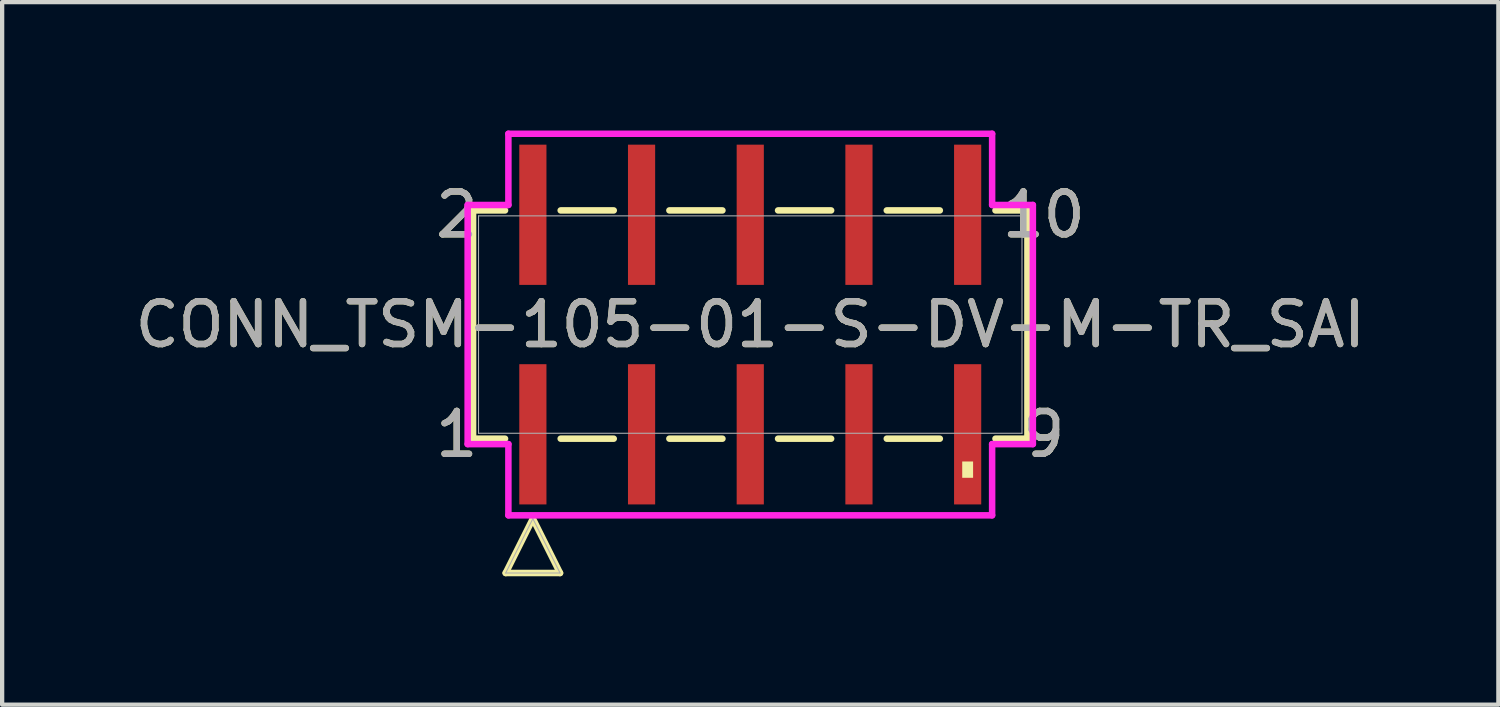
<source format=kicad_pcb>
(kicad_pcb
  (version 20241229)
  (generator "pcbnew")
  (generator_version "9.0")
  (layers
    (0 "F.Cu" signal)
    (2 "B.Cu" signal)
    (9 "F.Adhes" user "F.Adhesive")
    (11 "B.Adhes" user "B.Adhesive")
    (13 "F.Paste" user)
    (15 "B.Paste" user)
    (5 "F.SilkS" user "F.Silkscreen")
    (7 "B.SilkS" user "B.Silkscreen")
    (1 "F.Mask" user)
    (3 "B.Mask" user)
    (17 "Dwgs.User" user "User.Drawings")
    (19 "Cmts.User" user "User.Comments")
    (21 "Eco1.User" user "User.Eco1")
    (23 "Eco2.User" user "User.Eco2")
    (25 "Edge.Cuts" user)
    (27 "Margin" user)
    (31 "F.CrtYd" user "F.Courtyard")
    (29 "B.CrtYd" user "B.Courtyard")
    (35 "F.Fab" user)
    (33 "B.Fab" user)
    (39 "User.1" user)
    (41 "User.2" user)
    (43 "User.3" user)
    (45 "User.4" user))
  (footprint "CONN_TSM-105-01-S-DV-M-TR_SAI"
    (layer "F.Cu")
    (at 14.482 4.534)
    (property "Reference" "CONN_TSM-105-01-S-DV-M-TR_SAI" (at 0 0 0) (unlocked yes) (layer "F.SilkS") (effects (font (size 1 1) (thickness 0.15))))
    (attr smd)
    (fp_line (start -6.477 -2.667) (end -6.477 2.667) (stroke (width 0.152) (type solid)) (layer "F.SilkS"))
    (fp_line (start -6.477 2.667) (end -5.73 2.667) (stroke (width 0.152) (type solid)) (layer "F.SilkS"))
    (fp_line (start -5.73 -2.667) (end -6.477 -2.667) (stroke (width 0.152) (type solid)) (layer "F.SilkS"))
    (fp_line (start -5.715 5.806) (end -5.08 4.536) (stroke (width 0.152) (type solid)) (layer "F.SilkS"))
    (fp_line (start -5.08 4.536) (end -4.445 5.806) (stroke (width 0.152) (type solid)) (layer "F.SilkS"))
    (fp_line (start -4.445 5.806) (end -5.715 5.806) (stroke (width 0.152) (type solid)) (layer "F.SilkS"))
    (fp_line (start -4.43 2.667) (end -3.19 2.667) (stroke (width 0.152) (type solid)) (layer "F.SilkS"))
    (fp_line (start -3.19 -2.667) (end -4.43 -2.667) (stroke (width 0.152) (type solid)) (layer "F.SilkS"))
    (fp_line (start -1.89 2.667) (end -0.65 2.667) (stroke (width 0.152) (type solid)) (layer "F.SilkS"))
    (fp_line (start -0.65 -2.667) (end -1.89 -2.667) (stroke (width 0.152) (type solid)) (layer "F.SilkS"))
    (fp_line (start 0.65 2.667) (end 1.89 2.667) (stroke (width 0.152) (type solid)) (layer "F.SilkS"))
    (fp_line (start 1.89 -2.667) (end 0.65 -2.667) (stroke (width 0.152) (type solid)) (layer "F.SilkS"))
    (fp_line (start 3.19 2.667) (end 4.43 2.667) (stroke (width 0.152) (type solid)) (layer "F.SilkS"))
    (fp_line (start 4.43 -2.667) (end 3.19 -2.667) (stroke (width 0.152) (type solid)) (layer "F.SilkS"))
    (fp_line (start 5.73 2.667) (end 6.477 2.667) (stroke (width 0.152) (type solid)) (layer "F.SilkS"))
    (fp_line (start 6.477 -2.667) (end 5.73 -2.667) (stroke (width 0.152) (type solid)) (layer "F.SilkS"))
    (fp_line (start 6.477 2.667) (end 6.477 -2.667) (stroke (width 0.152) (type solid)) (layer "F.SilkS"))
    (fp_poly (pts (xy 4.953 3.2) (xy 4.953 3.581) (xy 5.207 3.581) (xy 5.207 3.2)) (stroke (width 0) (type solid)) (fill yes) (layer "F.SilkS"))
    (fp_line (start -6.604 -2.794) (end -5.652 -2.794) (stroke (width 0.152) (type solid)) (layer "F.CrtYd"))
    (fp_line (start -6.604 2.794) (end -6.604 -2.794) (stroke (width 0.152) (type solid)) (layer "F.CrtYd"))
    (fp_line (start -5.652 -2.794) (end -5.652 -4.458) (stroke (width 0.152) (type solid)) (layer "F.CrtYd"))
    (fp_line (start -5.652 2.794) (end -6.604 2.794) (stroke (width 0.152) (type solid)) (layer "F.CrtYd"))
    (fp_line (start -5.652 4.458) (end -5.652 2.794) (stroke (width 0.152) (type solid)) (layer "F.CrtYd"))
    (fp_line (start -5.652 4.458) (end 5.652 4.458) (stroke (width 0.152) (type solid)) (layer "F.CrtYd"))
    (fp_line (start 5.652 -4.458) (end -5.652 -4.458) (stroke (width 0.152) (type solid)) (layer "F.CrtYd"))
    (fp_line (start 5.652 -4.458) (end 5.652 -2.794) (stroke (width 0.152) (type solid)) (layer "F.CrtYd"))
    (fp_line (start 5.652 -2.794) (end 6.604 -2.794) (stroke (width 0.152) (type solid)) (layer "F.CrtYd"))
    (fp_line (start 5.652 2.794) (end 5.652 4.458) (stroke (width 0.152) (type solid)) (layer "F.CrtYd"))
    (fp_line (start 6.604 -2.794) (end 6.604 2.794) (stroke (width 0.152) (type solid)) (layer "F.CrtYd"))
    (fp_line (start 6.604 2.794) (end 5.652 2.794) (stroke (width 0.152) (type solid)) (layer "F.CrtYd"))
    (fp_line (start -6.35 -2.54) (end -6.35 2.54) (stroke (width 0.025) (type solid)) (layer "F.Fab"))
    (fp_line (start -6.35 2.54) (end 6.35 2.54) (stroke (width 0.025) (type solid)) (layer "F.Fab"))
    (fp_line (start -5.715 5.806) (end -5.08 4.536) (stroke (width 0.025) (type solid)) (layer "F.Fab"))
    (fp_line (start -5.08 4.536) (end -4.445 5.806) (stroke (width 0.025) (type solid)) (layer "F.Fab"))
    (fp_line (start -4.445 5.806) (end -5.715 5.806) (stroke (width 0.025) (type solid)) (layer "F.Fab"))
    (fp_line (start 6.35 -2.54) (end -6.35 -2.54) (stroke (width 0.025) (type solid)) (layer "F.Fab"))
    (fp_line (start 6.35 2.54) (end 6.35 -2.54) (stroke (width 0.025) (type solid)) (layer "F.Fab"))
    (fp_text user "10" (at 6.858 -2.565 0) (unlocked yes) (layer "F.SilkS") (effects (font (size 1 1) (thickness 0.15))))
    (fp_text user "2" (at -6.858 -2.565 0) (unlocked yes) (layer "F.SilkS") (effects (font (size 1 1) (thickness 0.15))))
    (fp_text user "9" (at 6.858 2.565 0) (unlocked yes) (layer "F.SilkS") (effects (font (size 1 1) (thickness 0.15))))
    (fp_text user "1" (at -6.858 2.565 0) (unlocked yes) (layer "F.SilkS") (effects (font (size 1 1) (thickness 0.15))))
    (fp_text user "2" (at -6.858 -2.565 0) (unlocked yes) (layer "F.Fab") (effects (font (size 1 1) (thickness 0.15))))
    (fp_text user "${REFERENCE}" (at 0 0 0) (unlocked yes) (layer "F.Fab") (effects (font (size 1 1) (thickness 0.15))))
    (fp_text user "9" (at 6.858 2.565 0) (unlocked yes) (layer "F.Fab") (effects (font (size 1 1) (thickness 0.15))))
    (fp_text user "10" (at 6.858 -2.565 0) (unlocked yes) (layer "F.Fab") (effects (font (size 1 1) (thickness 0.15))))
    (fp_text user "1" (at -6.858 2.565 0) (unlocked yes) (layer "F.Fab") (effects (font (size 1 1) (thickness 0.15))))
    (pad "1" smd rect (at -5.08 2.565) (size 0.635 3.277) (layers "F.Cu" "F.Mask" "F.Paste"))
    (pad "2" smd rect (at -5.08 -2.565) (size 0.635 3.277) (layers "F.Cu" "F.Mask" "F.Paste"))
    (pad "3" smd rect (at -2.54 2.565) (size 0.635 3.277) (layers "F.Cu" "F.Mask" "F.Paste"))
    (pad "4" smd rect (at -2.54 -2.565) (size 0.635 3.277) (layers "F.Cu" "F.Mask" "F.Paste"))
    (pad "5" smd rect (at 0 2.565) (size 0.635 3.277) (layers "F.Cu" "F.Mask" "F.Paste"))
    (pad "6" smd rect (at 0 -2.565) (size 0.635 3.277) (layers "F.Cu" "F.Mask" "F.Paste"))
    (pad "7" smd rect (at 2.54 2.565) (size 0.635 3.277) (layers "F.Cu" "F.Mask" "F.Paste"))
    (pad "8" smd rect (at 2.54 -2.565) (size 0.635 3.277) (layers "F.Cu" "F.Mask" "F.Paste"))
    (pad "9" smd rect (at 5.08 2.565) (size 0.635 3.277) (layers "F.Cu" "F.Mask" "F.Paste"))
    (pad "10" smd rect (at 5.08 -2.565) (size 0.635 3.277) (layers "F.Cu" "F.Mask" "F.Paste")))
  (gr_rect
    (start -3 -3)
    (end 31.964 13.417)
    (stroke (width 0.1) (type default))
    (fill no)
    (layer "Edge.Cuts")))
</source>
